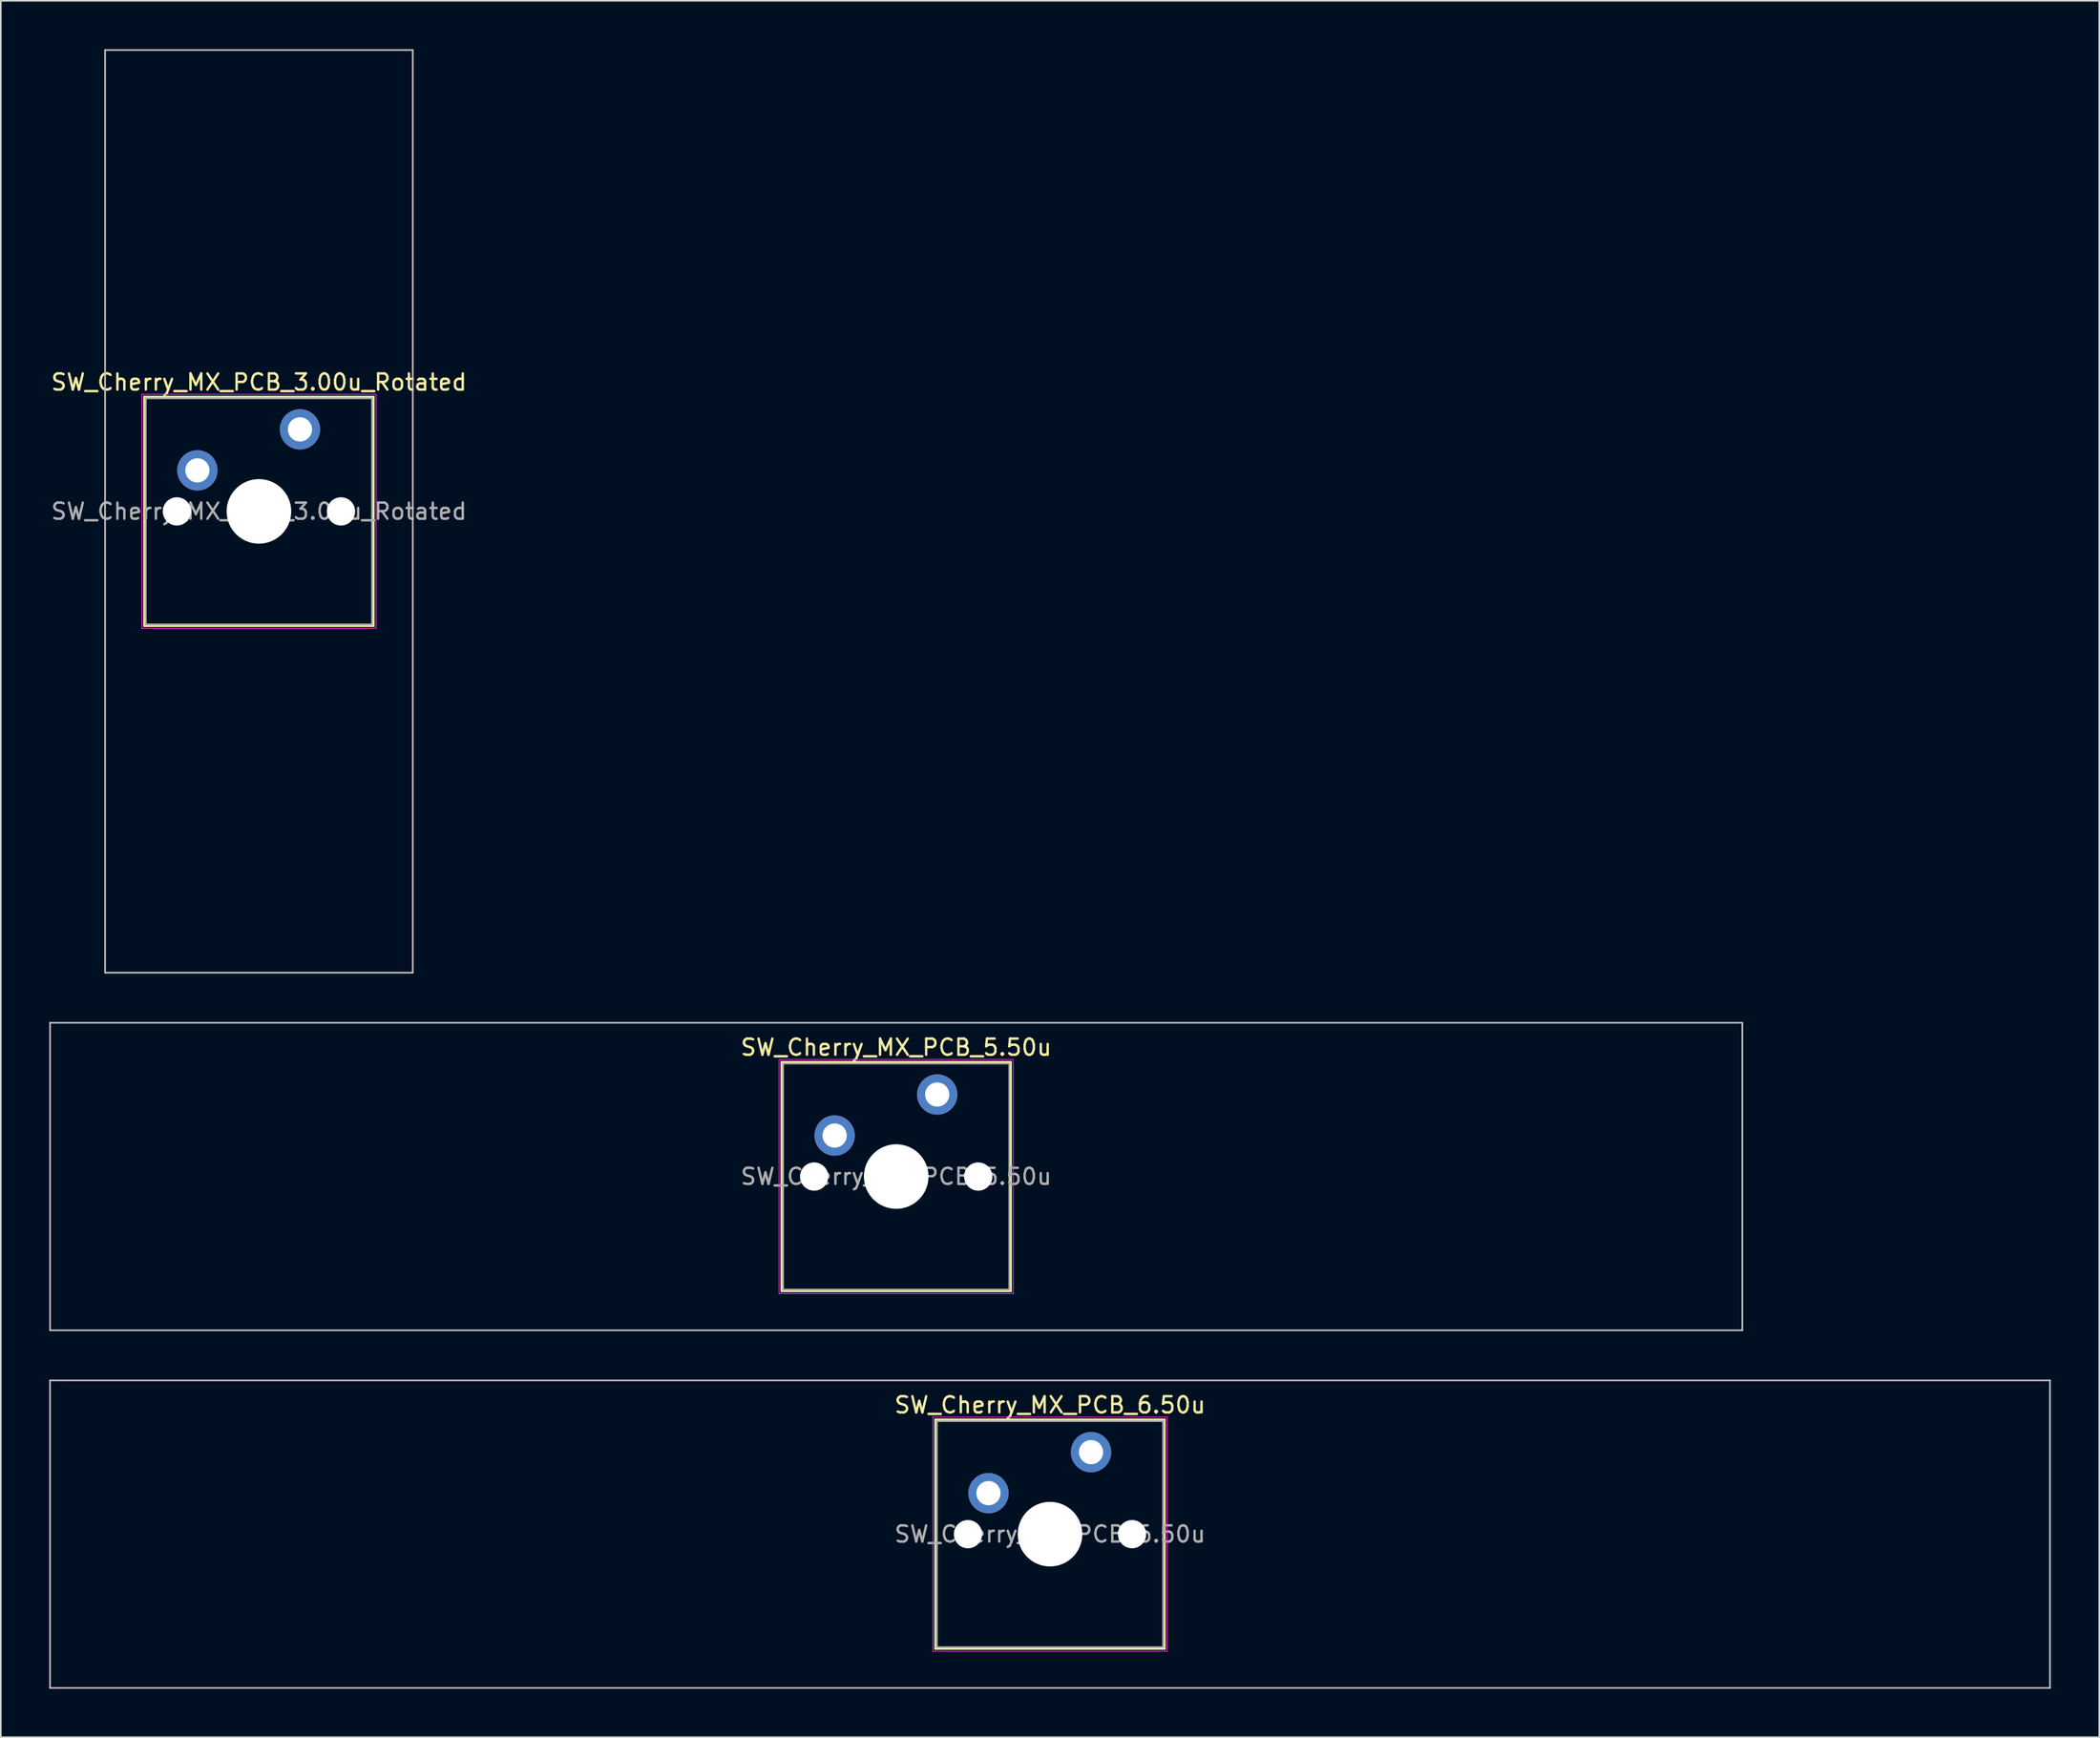
<source format=kicad_pcb>
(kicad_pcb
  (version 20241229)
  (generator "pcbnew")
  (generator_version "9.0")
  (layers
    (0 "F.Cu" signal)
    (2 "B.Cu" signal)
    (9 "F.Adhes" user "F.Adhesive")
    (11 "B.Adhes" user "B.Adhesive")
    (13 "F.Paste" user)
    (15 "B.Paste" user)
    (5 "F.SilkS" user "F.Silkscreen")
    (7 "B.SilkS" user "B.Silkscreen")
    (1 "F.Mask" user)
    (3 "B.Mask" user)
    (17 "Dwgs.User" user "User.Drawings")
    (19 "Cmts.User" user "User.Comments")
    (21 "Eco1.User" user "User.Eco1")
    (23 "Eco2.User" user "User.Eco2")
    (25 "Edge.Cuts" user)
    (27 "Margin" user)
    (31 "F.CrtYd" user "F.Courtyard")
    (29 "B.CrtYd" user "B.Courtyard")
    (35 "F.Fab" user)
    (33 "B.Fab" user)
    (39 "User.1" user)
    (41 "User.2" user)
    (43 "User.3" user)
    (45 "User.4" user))
  (footprint "SW_Cherry_MX_PCB_6.50u"
    (layer "F.Cu")
    (at 61.962 91.975)
    (property "Reference" "SW_Cherry_MX_PCB_6.50u" (at 0 -8 0) (layer "F.SilkS") (effects (font (size 1 1) (thickness 0.15))))
    (attr through_hole)
    (fp_line (start -7.1 -7.1) (end -7.1 7.1) (stroke (width 0.12) (type solid)) (layer "F.SilkS"))
    (fp_line (start -7.1 7.1) (end 7.1 7.1) (stroke (width 0.12) (type solid)) (layer "F.SilkS"))
    (fp_line (start 7.1 -7.1) (end -7.1 -7.1) (stroke (width 0.12) (type solid)) (layer "F.SilkS"))
    (fp_line (start 7.1 7.1) (end 7.1 -7.1) (stroke (width 0.12) (type solid)) (layer "F.SilkS"))
    (fp_line (start -61.913 -9.525) (end -61.913 9.525) (stroke (width 0.1) (type solid)) (layer "Dwgs.User"))
    (fp_line (start -61.913 9.525) (end 61.913 9.525) (stroke (width 0.1) (type solid)) (layer "Dwgs.User"))
    (fp_line (start 61.913 -9.525) (end -61.913 -9.525) (stroke (width 0.1) (type solid)) (layer "Dwgs.User"))
    (fp_line (start 61.913 9.525) (end 61.913 -9.525) (stroke (width 0.1) (type solid)) (layer "Dwgs.User"))
    (fp_line (start -7 -7) (end -7 7) (stroke (width 0.1) (type solid)) (layer "Eco1.User"))
    (fp_line (start -7 7) (end 7 7) (stroke (width 0.1) (type solid)) (layer "Eco1.User"))
    (fp_line (start 7 -7) (end -7 -7) (stroke (width 0.1) (type solid)) (layer "Eco1.User"))
    (fp_line (start 7 7) (end 7 -7) (stroke (width 0.1) (type solid)) (layer "Eco1.User"))
    (fp_line (start -7.25 -7.25) (end -7.25 7.25) (stroke (width 0.05) (type solid)) (layer "F.CrtYd"))
    (fp_line (start -7.25 7.25) (end 7.25 7.25) (stroke (width 0.05) (type solid)) (layer "F.CrtYd"))
    (fp_line (start 7.25 -7.25) (end -7.25 -7.25) (stroke (width 0.05) (type solid)) (layer "F.CrtYd"))
    (fp_line (start 7.25 7.25) (end 7.25 -7.25) (stroke (width 0.05) (type solid)) (layer "F.CrtYd"))
    (fp_line (start -7 -7) (end -7 7) (stroke (width 0.1) (type solid)) (layer "F.Fab"))
    (fp_line (start -7 7) (end 7 7) (stroke (width 0.1) (type solid)) (layer "F.Fab"))
    (fp_line (start 7 -7) (end -7 -7) (stroke (width 0.1) (type solid)) (layer "F.Fab"))
    (fp_line (start 7 7) (end 7 -7) (stroke (width 0.1) (type solid)) (layer "F.Fab"))
    (fp_text user "${REFERENCE}" (at 0 0 0) (layer "F.Fab") (effects (font (size 1 1) (thickness 0.15))))
    (pad "" np_thru_hole circle (at -5.08 0) (size 1.75 1.75) (drill 1.75) (layers "*.Cu" "*.Mask"))
    (pad "" np_thru_hole circle (at 0 0) (size 4 4) (drill 4) (layers "*.Cu" "*.Mask"))
    (pad "" np_thru_hole circle (at 5.08 0) (size 1.75 1.75) (drill 1.75) (layers "*.Cu" "*.Mask"))
    (pad "1" thru_hole circle (at -3.81 -2.54) (size 2.5 2.5) (drill 1.5) (layers "*.Cu" "B.Mask"))
    (pad "2" thru_hole circle (at 2.54 -5.08) (size 2.5 2.5) (drill 1.5) (layers "*.Cu" "B.Mask")))
  (footprint "SW_Cherry_MX_PCB_3.00u_Rotated"
    (layer "F.Cu")
    (at 12.982 28.625)
    (property "Reference" "SW_Cherry_MX_PCB_3.00u_Rotated" (at 0 -8 0) (layer "F.SilkS") (effects (font (size 1 1) (thickness 0.15))))
    (attr through_hole)
    (fp_line (start -7.1 -7.1) (end -7.1 7.1) (stroke (width 0.12) (type solid)) (layer "F.SilkS"))
    (fp_line (start -7.1 7.1) (end 7.1 7.1) (stroke (width 0.12) (type solid)) (layer "F.SilkS"))
    (fp_line (start 7.1 -7.1) (end -7.1 -7.1) (stroke (width 0.12) (type solid)) (layer "F.SilkS"))
    (fp_line (start 7.1 7.1) (end 7.1 -7.1) (stroke (width 0.12) (type solid)) (layer "F.SilkS"))
    (fp_line (start -9.525 -28.575) (end -9.525 28.575) (stroke (width 0.1) (type solid)) (layer "Dwgs.User"))
    (fp_line (start -9.525 28.575) (end 9.525 28.575) (stroke (width 0.1) (type solid)) (layer "Dwgs.User"))
    (fp_line (start 9.525 -28.575) (end -9.525 -28.575) (stroke (width 0.1) (type solid)) (layer "Dwgs.User"))
    (fp_line (start 9.525 28.575) (end 9.525 -28.575) (stroke (width 0.1) (type solid)) (layer "Dwgs.User"))
    (fp_line (start -7.8 -6) (end -7 -6) (stroke (width 0.1) (type solid)) (layer "Eco1.User"))
    (fp_line (start -7.8 -2.9) (end -7.8 -6) (stroke (width 0.1) (type solid)) (layer "Eco1.User"))
    (fp_line (start -7.8 2.9) (end -7 2.9) (stroke (width 0.1) (type solid)) (layer "Eco1.User"))
    (fp_line (start -7.8 6) (end -7.8 2.9) (stroke (width 0.1) (type solid)) (layer "Eco1.User"))
    (fp_line (start -7 -7) (end 7 -7) (stroke (width 0.1) (type solid)) (layer "Eco1.User"))
    (fp_line (start -7 -6) (end -7 -7) (stroke (width 0.1) (type solid)) (layer "Eco1.User"))
    (fp_line (start -7 -2.9) (end -7.8 -2.9) (stroke (width 0.1) (type solid)) (layer "Eco1.User"))
    (fp_line (start -7 2.9) (end -7 -2.9) (stroke (width 0.1) (type solid)) (layer "Eco1.User"))
    (fp_line (start -7 6) (end -7.8 6) (stroke (width 0.1) (type solid)) (layer "Eco1.User"))
    (fp_line (start -7 7) (end -7 6) (stroke (width 0.1) (type solid)) (layer "Eco1.User"))
    (fp_line (start 7 -7) (end 7 -6) (stroke (width 0.1) (type solid)) (layer "Eco1.User"))
    (fp_line (start 7 -6) (end 7.8 -6) (stroke (width 0.1) (type solid)) (layer "Eco1.User"))
    (fp_line (start 7 -2.9) (end 7 2.9) (stroke (width 0.1) (type solid)) (layer "Eco1.User"))
    (fp_line (start 7 2.9) (end 7.8 2.9) (stroke (width 0.1) (type solid)) (layer "Eco1.User"))
    (fp_line (start 7 6) (end 7 7) (stroke (width 0.1) (type solid)) (layer "Eco1.User"))
    (fp_line (start 7 7) (end -7 7) (stroke (width 0.1) (type solid)) (layer "Eco1.User"))
    (fp_line (start 7.8 -6) (end 7.8 -2.9) (stroke (width 0.1) (type solid)) (layer "Eco1.User"))
    (fp_line (start 7.8 -2.9) (end 7 -2.9) (stroke (width 0.1) (type solid)) (layer "Eco1.User"))
    (fp_line (start 7.8 2.9) (end 7.8 6) (stroke (width 0.1) (type solid)) (layer "Eco1.User"))
    (fp_line (start 7.8 6) (end 7 6) (stroke (width 0.1) (type solid)) (layer "Eco1.User"))
    (fp_line (start -7.25 -7.25) (end -7.25 7.25) (stroke (width 0.05) (type solid)) (layer "F.CrtYd"))
    (fp_line (start -7.25 7.25) (end 7.25 7.25) (stroke (width 0.05) (type solid)) (layer "F.CrtYd"))
    (fp_line (start 7.25 -7.25) (end -7.25 -7.25) (stroke (width 0.05) (type solid)) (layer "F.CrtYd"))
    (fp_line (start 7.25 7.25) (end 7.25 -7.25) (stroke (width 0.05) (type solid)) (layer "F.CrtYd"))
    (fp_line (start -7 -7) (end -7 7) (stroke (width 0.1) (type solid)) (layer "F.Fab"))
    (fp_line (start -7 7) (end 7 7) (stroke (width 0.1) (type solid)) (layer "F.Fab"))
    (fp_line (start 7 -7) (end -7 -7) (stroke (width 0.1) (type solid)) (layer "F.Fab"))
    (fp_line (start 7 7) (end 7 -7) (stroke (width 0.1) (type solid)) (layer "F.Fab"))
    (fp_text user "${REFERENCE}" (at 0 0 0) (layer "F.Fab") (effects (font (size 1 1) (thickness 0.15))))
    (pad "" np_thru_hole circle (at -5.08 0) (size 1.75 1.75) (drill 1.75) (layers "*.Cu" "*.Mask"))
    (pad "" np_thru_hole circle (at 0 0) (size 4 4) (drill 4) (layers "*.Cu" "*.Mask"))
    (pad "" np_thru_hole circle (at 5.08 0) (size 1.75 1.75) (drill 1.75) (layers "*.Cu" "*.Mask"))
    (pad "1" thru_hole circle (at -3.81 -2.54) (size 2.5 2.5) (drill 1.5) (layers "*.Cu" "B.Mask"))
    (pad "2" thru_hole circle (at 2.54 -5.08) (size 2.5 2.5) (drill 1.5) (layers "*.Cu" "B.Mask")))
  (footprint "SW_Cherry_MX_PCB_5.50u"
    (layer "F.Cu")
    (at 52.438 69.825)
    (property "Reference" "SW_Cherry_MX_PCB_5.50u" (at 0 -8 0) (layer "F.SilkS") (effects (font (size 1 1) (thickness 0.15))))
    (attr through_hole)
    (fp_line (start -7.1 -7.1) (end -7.1 7.1) (stroke (width 0.12) (type solid)) (layer "F.SilkS"))
    (fp_line (start -7.1 7.1) (end 7.1 7.1) (stroke (width 0.12) (type solid)) (layer "F.SilkS"))
    (fp_line (start 7.1 -7.1) (end -7.1 -7.1) (stroke (width 0.12) (type solid)) (layer "F.SilkS"))
    (fp_line (start 7.1 7.1) (end 7.1 -7.1) (stroke (width 0.12) (type solid)) (layer "F.SilkS"))
    (fp_line (start -52.388 -9.525) (end -52.388 9.525) (stroke (width 0.1) (type solid)) (layer "Dwgs.User"))
    (fp_line (start -52.388 9.525) (end 52.388 9.525) (stroke (width 0.1) (type solid)) (layer "Dwgs.User"))
    (fp_line (start 52.388 -9.525) (end -52.388 -9.525) (stroke (width 0.1) (type solid)) (layer "Dwgs.User"))
    (fp_line (start 52.388 9.525) (end 52.388 -9.525) (stroke (width 0.1) (type solid)) (layer "Dwgs.User"))
    (fp_line (start -7 -7) (end -7 7) (stroke (width 0.1) (type solid)) (layer "Eco1.User"))
    (fp_line (start -7 7) (end 7 7) (stroke (width 0.1) (type solid)) (layer "Eco1.User"))
    (fp_line (start 7 -7) (end -7 -7) (stroke (width 0.1) (type solid)) (layer "Eco1.User"))
    (fp_line (start 7 7) (end 7 -7) (stroke (width 0.1) (type solid)) (layer "Eco1.User"))
    (fp_line (start -7.25 -7.25) (end -7.25 7.25) (stroke (width 0.05) (type solid)) (layer "F.CrtYd"))
    (fp_line (start -7.25 7.25) (end 7.25 7.25) (stroke (width 0.05) (type solid)) (layer "F.CrtYd"))
    (fp_line (start 7.25 -7.25) (end -7.25 -7.25) (stroke (width 0.05) (type solid)) (layer "F.CrtYd"))
    (fp_line (start 7.25 7.25) (end 7.25 -7.25) (stroke (width 0.05) (type solid)) (layer "F.CrtYd"))
    (fp_line (start -7 -7) (end -7 7) (stroke (width 0.1) (type solid)) (layer "F.Fab"))
    (fp_line (start -7 7) (end 7 7) (stroke (width 0.1) (type solid)) (layer "F.Fab"))
    (fp_line (start 7 -7) (end -7 -7) (stroke (width 0.1) (type solid)) (layer "F.Fab"))
    (fp_line (start 7 7) (end 7 -7) (stroke (width 0.1) (type solid)) (layer "F.Fab"))
    (fp_text user "${REFERENCE}" (at 0 0 0) (layer "F.Fab") (effects (font (size 1 1) (thickness 0.15))))
    (pad "" np_thru_hole circle (at -5.08 0) (size 1.75 1.75) (drill 1.75) (layers "*.Cu" "*.Mask"))
    (pad "" np_thru_hole circle (at 0 0) (size 4 4) (drill 4) (layers "*.Cu" "*.Mask"))
    (pad "" np_thru_hole circle (at 5.08 0) (size 1.75 1.75) (drill 1.75) (layers "*.Cu" "*.Mask"))
    (pad "1" thru_hole circle (at -3.81 -2.54) (size 2.5 2.5) (drill 1.5) (layers "*.Cu" "*.Mask"))
    (pad "2" thru_hole circle (at 2.54 -5.08) (size 2.5 2.5) (drill 1.5) (layers "*.Cu" "*.Mask")))
  (gr_rect
    (start -3 -3)
    (end 126.925 104.55)
    (stroke (width 0.1) (type default))
    (fill no)
    (layer "Edge.Cuts")))
</source>
